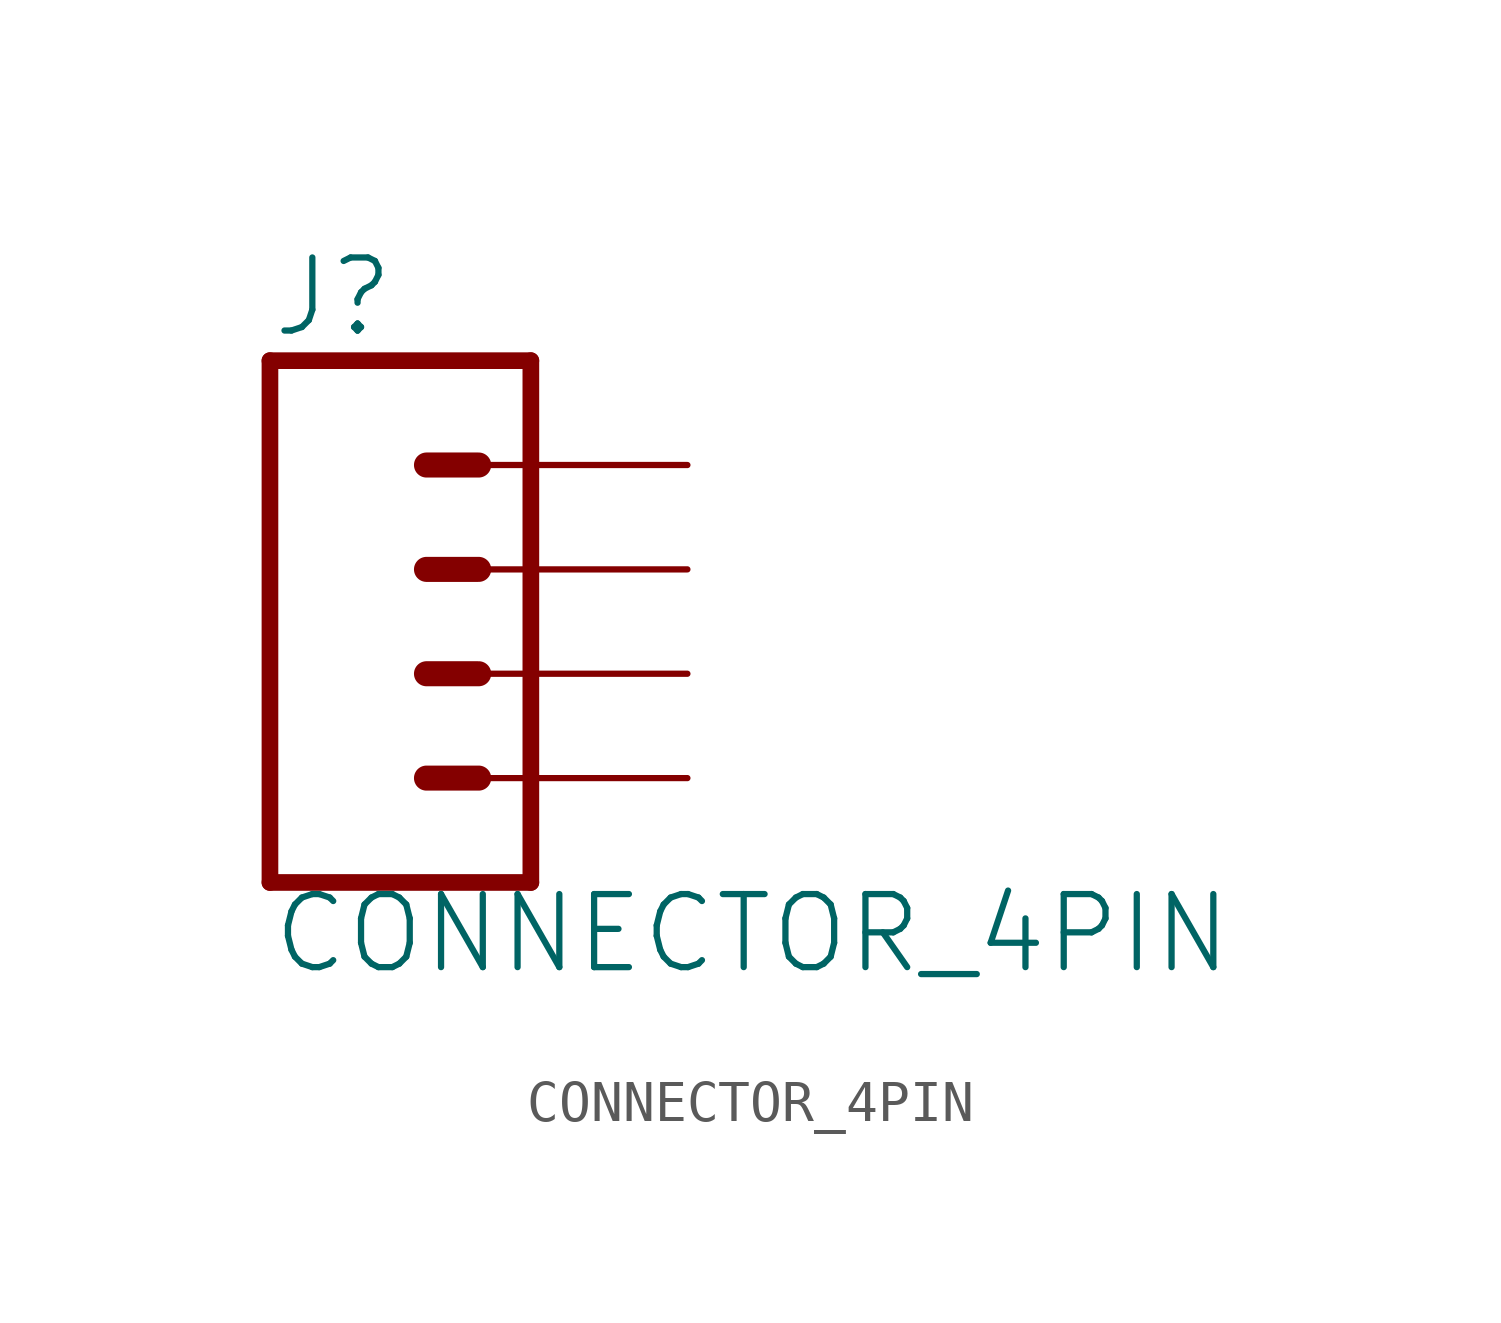
<source format=kicad_sym>
(kicad_symbol_lib
  (version 20211014)
  (generator kicad_symbol_editor)
  (symbol "CONNECTOR_4PIN"
    (property "Reference" "J"
      (at -5.08 8.128 0)
      (effects (font (size 1.778 1.778)) (justify left bottom)))
    (property "Value" "CONNECTOR_4PIN"
      (at -5.08 -7.366 0)
      (effects (font (size 1.778 1.778)) (justify left bottom)))
    (property "ki_locked" ""
      (at 0 0 0)
      (effects (font (size 1.27 1.27))))
    (symbol "CONNECTOR_4PIN_1_0"
      (polyline (pts (xy -5.08 7.62) (xy -5.08 -5.08)) (stroke (width 0.406) (type default) (color 0 0 0 0)) (fill (type none)))
      (polyline (pts (xy -5.08 7.62) (xy 1.27 7.62)) (stroke (width 0.406) (type default) (color 0 0 0 0)) (fill (type none)))
      (polyline (pts (xy -1.27 -2.54) (xy 0 -2.54)) (stroke (width 0.61) (type default) (color 0 0 0 0)) (fill (type none)))
      (polyline (pts (xy -1.27 0) (xy 0 0)) (stroke (width 0.61) (type default) (color 0 0 0 0)) (fill (type none)))
      (polyline (pts (xy -1.27 2.54) (xy 0 2.54)) (stroke (width 0.61) (type default) (color 0 0 0 0)) (fill (type none)))
      (polyline (pts (xy -1.27 5.08) (xy 0 5.08)) (stroke (width 0.61) (type default) (color 0 0 0 0)) (fill (type none)))
      (polyline (pts (xy 1.27 -5.08) (xy -5.08 -5.08)) (stroke (width 0.406) (type default) (color 0 0 0 0)) (fill (type none)))
      (polyline (pts (xy 1.27 -5.08) (xy 1.27 7.62)) (stroke (width 0.406) (type default) (color 0 0 0 0)) (fill (type none)))
      (pin passive line (at 5.08 -2.54 180) (length 5.08) (name "1" (effects (font (size 0 0)))) (number "1" (effects (font (size 0 0)))))
      (pin passive line (at 5.08 0 180) (length 5.08) (name "2" (effects (font (size 0 0)))) (number "2" (effects (font (size 0 0)))))
      (pin passive line (at 5.08 2.54 180) (length 5.08) (name "3" (effects (font (size 0 0)))) (number "3" (effects (font (size 0 0)))))
      (pin passive line (at 5.08 5.08 180) (length 5.08) (name "4" (effects (font (size 0 0)))) (number "4" (effects (font (size 0 0))))))))
</source>
